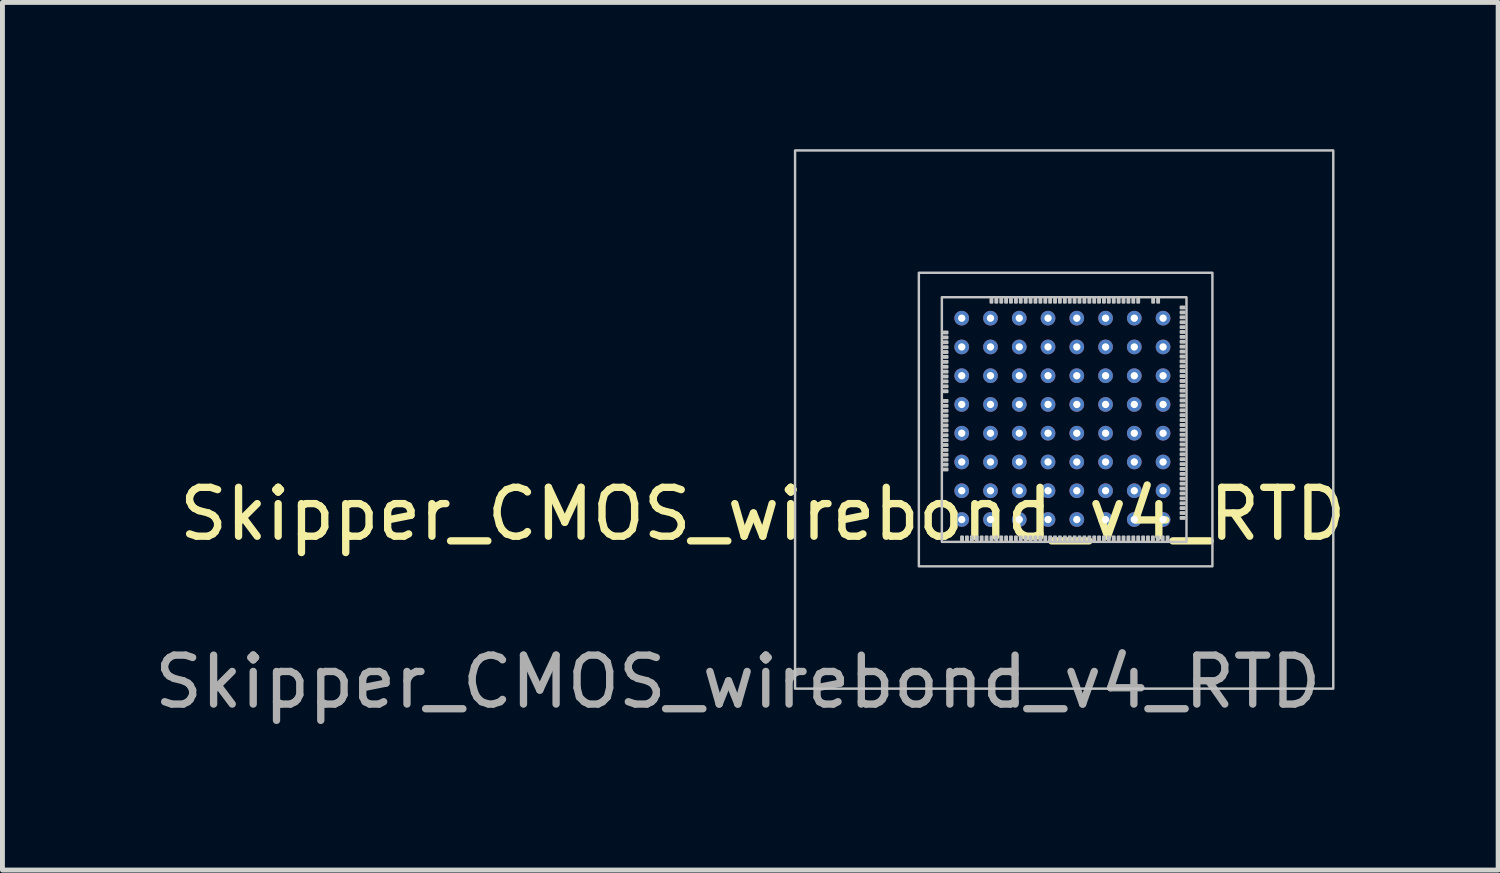
<source format=kicad_pcb>
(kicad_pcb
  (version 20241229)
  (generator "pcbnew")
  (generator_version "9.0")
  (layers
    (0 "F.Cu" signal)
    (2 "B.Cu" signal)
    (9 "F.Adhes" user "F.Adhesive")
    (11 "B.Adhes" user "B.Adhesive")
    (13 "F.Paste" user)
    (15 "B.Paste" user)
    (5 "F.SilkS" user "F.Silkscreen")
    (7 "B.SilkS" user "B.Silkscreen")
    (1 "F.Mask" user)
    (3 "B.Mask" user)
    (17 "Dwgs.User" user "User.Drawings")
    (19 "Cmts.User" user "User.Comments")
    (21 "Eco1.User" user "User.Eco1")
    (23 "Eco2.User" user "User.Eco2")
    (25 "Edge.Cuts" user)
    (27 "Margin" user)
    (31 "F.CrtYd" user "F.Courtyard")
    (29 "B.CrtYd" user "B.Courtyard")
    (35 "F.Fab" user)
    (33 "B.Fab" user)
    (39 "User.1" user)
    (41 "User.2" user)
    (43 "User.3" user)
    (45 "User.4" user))
  (footprint "Skipper_CMOS_wirebond_v4_RTD"
    (layer "F.Cu")
    (at 16.2 8.025)
    (property "Reference" "Skipper_CMOS_wirebond_v4_RTD" (at -3.66 -0.57 0) (unlocked yes) (layer "F.SilkS") (effects (font (size 1 1) (thickness 0.15))))
    (attr smd)
    (fp_rect (start -3 -8) (end 8 3) (stroke (width 0.05) (type solid)) (fill no) (layer "Dwgs.User"))
    (fp_rect (start -0.47 -5.5) (end 5.53 0.5) (stroke (width 0.05) (type solid)) (fill no) (layer "Dwgs.User"))
    (fp_rect (start 0 0) (end 5 -5) (stroke (width 0.05) (type solid)) (fill no) (layer "Dwgs.User"))
    (fp_rect (start 0.23 -1.55) (end 0.75 -4.19) (stroke (width 0.05) (type solid)) (fill no) (layer "User.1"))
    (fp_rect (start 0.5 -0.66) (end 4.55 -0.18) (stroke (width 0.05) (type solid)) (fill no) (layer "User.1"))
    (fp_rect (start 1.105 -4.8) (end 3.935 -4.28) (stroke (width 0.05) (type solid)) (fill no) (layer "User.1"))
    (fp_rect (start 4.33 -0.79) (end 4.76 -4.69) (stroke (width 0.05) (type solid)) (fill no) (layer "User.1"))
    (fp_text user "${REFERENCE}" (at -4.17 2.86 0) (unlocked yes) (layer "F.Fab") (effects (font (size 1 1) (thickness 0.15))))
    (fp_text user "TOP pixel Supplies-REFs" (at 2.51 -4.53 180) (unlocked yes) (layer "User.1") (effects (font (size 0.14 0.14) (thickness 0.02))))
    (fp_text user "Test Structures" (at 4.55 -2.75 90) (unlocked yes) (layer "User.1") (effects (font (size 0.27 0.27) (thickness 0.04))))
    (fp_text user "Matrix Ctrl Logic" (at 0.48 -2.88 270) (unlocked yes) (layer "User.1") (effects (font (size 0.2 0.2) (thickness 0.035))))
    (fp_text user "Analog Front-End" (at 2.53 -0.41 0) (unlocked yes) (layer "User.1") (effects (font (size 0.27 0.27) (thickness 0.04))))
    (pad "" smd roundrect (at 0.076 -4.279 180) (size 0.12 0.08) (layers "Dwgs.User") (roundrect_rratio 0.25))
    (pad "" smd roundrect (at 0.076 -4.179 180) (size 0.12 0.08) (layers "Dwgs.User") (roundrect_rratio 0.25))
    (pad "" smd roundrect (at 0.076 -4.08 180) (size 0.12 0.08) (layers "Dwgs.User") (roundrect_rratio 0.25))
    (pad "" smd roundrect (at 0.076 -3.979 180) (size 0.12 0.08) (layers "Dwgs.User") (roundrect_rratio 0.25))
    (pad "" smd roundrect (at 0.076 -3.88 180) (size 0.12 0.08) (layers "Dwgs.User") (roundrect_rratio 0.25))
    (pad "" smd roundrect (at 0.076 -3.78 180) (size 0.12 0.08) (layers "Dwgs.User") (roundrect_rratio 0.25))
    (pad "" smd roundrect (at 0.076 -3.679 180) (size 0.12 0.08) (layers "Dwgs.User") (roundrect_rratio 0.25))
    (pad "" smd roundrect (at 0.076 -3.579 180) (size 0.12 0.08) (layers "Dwgs.User") (roundrect_rratio 0.25))
    (pad "" smd roundrect (at 0.076 -3.479 180) (size 0.12 0.08) (layers "Dwgs.User") (roundrect_rratio 0.25))
    (pad "" smd roundrect (at 0.076 -3.38 180) (size 0.12 0.08) (layers "Dwgs.User") (roundrect_rratio 0.25))
    (pad "" smd roundrect (at 0.076 -3.28 180) (size 0.12 0.08) (layers "Dwgs.User") (roundrect_rratio 0.25))
    (pad "" smd roundrect (at 0.076 -3.179 180) (size 0.12 0.08) (layers "Dwgs.User") (roundrect_rratio 0.25))
    (pad "" smd roundrect (at 0.076 -3.079 180) (size 0.12 0.08) (layers "Dwgs.User") (roundrect_rratio 0.25))
    (pad "" smd roundrect (at 0.076 -2.88 180) (size 0.12 0.08) (layers "Dwgs.User") (roundrect_rratio 0.25))
    (pad "" smd roundrect (at 0.076 -2.78 180) (size 0.12 0.08) (layers "Dwgs.User") (roundrect_rratio 0.25))
    (pad "" smd roundrect (at 0.076 -2.679 180) (size 0.12 0.08) (layers "Dwgs.User") (roundrect_rratio 0.25))
    (pad "" smd roundrect (at 0.076 -2.579 180) (size 0.12 0.08) (layers "Dwgs.User") (roundrect_rratio 0.25))
    (pad "" smd roundrect (at 0.076 -2.479 180) (size 0.12 0.08) (layers "Dwgs.User") (roundrect_rratio 0.25))
    (pad "" smd roundrect (at 0.076 -2.38 180) (size 0.12 0.08) (layers "Dwgs.User") (roundrect_rratio 0.25))
    (pad "" smd roundrect (at 0.076 -2.28 180) (size 0.12 0.08) (layers "Dwgs.User") (roundrect_rratio 0.25))
    (pad "" smd roundrect (at 0.076 -2.179 180) (size 0.12 0.08) (layers "Dwgs.User") (roundrect_rratio 0.25))
    (pad "" smd roundrect (at 0.076 -2.079 180) (size 0.12 0.08) (layers "Dwgs.User") (roundrect_rratio 0.25))
    (pad "" smd roundrect (at 0.076 -1.98 180) (size 0.12 0.08) (layers "Dwgs.User") (roundrect_rratio 0.25))
    (pad "" smd roundrect (at 0.076 -1.879 180) (size 0.12 0.08) (layers "Dwgs.User") (roundrect_rratio 0.25))
    (pad "" smd roundrect (at 0.076 -1.78 180) (size 0.12 0.08) (layers "Dwgs.User") (roundrect_rratio 0.25))
    (pad "" smd roundrect (at 0.076 -1.679 180) (size 0.12 0.08) (layers "Dwgs.User") (roundrect_rratio 0.25))
    (pad "" smd roundrect (at 0.076 -1.579 180) (size 0.12 0.08) (layers "Dwgs.User") (roundrect_rratio 0.25))
    (pad "" smd roundrect (at 0.076 -1.48 180) (size 0.12 0.08) (layers "Dwgs.User") (roundrect_rratio 0.25))
    (pad "" smd roundrect (at 0.413 -0.071 90) (size 0.12 0.08) (layers "Dwgs.User") (roundrect_rratio 0.25))
    (pad "" smd roundrect (at 0.513 -0.071 90) (size 0.12 0.08) (layers "Dwgs.User") (roundrect_rratio 0.25))
    (pad "" smd roundrect (at 0.614 -0.071 90) (size 0.12 0.08) (layers "Dwgs.User") (roundrect_rratio 0.25))
    (pad "" smd roundrect (at 0.714 -0.071 90) (size 0.12 0.08) (layers "Dwgs.User") (roundrect_rratio 0.25))
    (pad "" smd roundrect (at 0.814 -0.071 90) (size 0.12 0.08) (layers "Dwgs.User") (roundrect_rratio 0.25))
    (pad "" smd roundrect (at 0.913 -0.071 90) (size 0.12 0.08) (layers "Dwgs.User") (roundrect_rratio 0.25))
    (pad "" smd roundrect (at 1.014 -4.928 90) (size 0.12 0.08) (layers "Dwgs.User") (roundrect_rratio 0.25))
    (pad "" smd roundrect (at 1.014 -0.071 90) (size 0.12 0.08) (layers "Dwgs.User") (roundrect_rratio 0.25))
    (pad "" smd roundrect (at 1.113 -4.928 90) (size 0.12 0.08) (layers "Dwgs.User") (roundrect_rratio 0.25))
    (pad "" smd roundrect (at 1.113 -0.071 90) (size 0.12 0.08) (layers "Dwgs.User") (roundrect_rratio 0.25))
    (pad "" smd roundrect (at 1.214 -4.928 90) (size 0.12 0.08) (layers "Dwgs.User") (roundrect_rratio 0.25))
    (pad "" smd roundrect (at 1.214 -0.071 90) (size 0.12 0.08) (layers "Dwgs.User") (roundrect_rratio 0.25))
    (pad "" smd roundrect (at 1.313 -4.928 90) (size 0.12 0.08) (layers "Dwgs.User") (roundrect_rratio 0.25))
    (pad "" smd roundrect (at 1.313 -0.071 90) (size 0.12 0.08) (layers "Dwgs.User") (roundrect_rratio 0.25))
    (pad "" smd roundrect (at 1.413 -4.928 90) (size 0.12 0.08) (layers "Dwgs.User") (roundrect_rratio 0.25))
    (pad "" smd roundrect (at 1.413 -0.071 90) (size 0.12 0.08) (layers "Dwgs.User") (roundrect_rratio 0.25))
    (pad "" smd roundrect (at 1.514 -4.928 90) (size 0.12 0.08) (layers "Dwgs.User") (roundrect_rratio 0.25))
    (pad "" smd roundrect (at 1.514 -0.071 90) (size 0.12 0.08) (layers "Dwgs.User") (roundrect_rratio 0.25))
    (pad "" smd roundrect (at 1.613 -4.928 90) (size 0.12 0.08) (layers "Dwgs.User") (roundrect_rratio 0.25))
    (pad "" smd roundrect (at 1.613 -0.071 90) (size 0.12 0.08) (layers "Dwgs.User") (roundrect_rratio 0.25))
    (pad "" smd roundrect (at 1.714 -4.928 90) (size 0.12 0.08) (layers "Dwgs.User") (roundrect_rratio 0.25))
    (pad "" smd roundrect (at 1.714 -0.071 90) (size 0.12 0.08) (layers "Dwgs.User") (roundrect_rratio 0.25))
    (pad "" smd roundrect (at 1.813 -4.928 90) (size 0.12 0.08) (layers "Dwgs.User") (roundrect_rratio 0.25))
    (pad "" smd roundrect (at 1.813 -0.071 90) (size 0.12 0.08) (layers "Dwgs.User") (roundrect_rratio 0.25))
    (pad "" smd roundrect (at 1.913 -4.928 90) (size 0.12 0.08) (layers "Dwgs.User") (roundrect_rratio 0.25))
    (pad "" smd roundrect (at 1.913 -0.071 90) (size 0.12 0.08) (layers "Dwgs.User") (roundrect_rratio 0.25))
    (pad "" smd roundrect (at 2.014 -4.928 90) (size 0.12 0.08) (layers "Dwgs.User") (roundrect_rratio 0.25))
    (pad "" smd roundrect (at 2.014 -0.071 90) (size 0.12 0.08) (layers "Dwgs.User") (roundrect_rratio 0.25))
    (pad "" smd roundrect (at 2.114 -4.928 90) (size 0.12 0.08) (layers "Dwgs.User") (roundrect_rratio 0.25))
    (pad "" smd roundrect (at 2.114 -0.071 90) (size 0.12 0.08) (layers "Dwgs.User") (roundrect_rratio 0.25))
    (pad "" smd roundrect (at 2.213 -4.928 90) (size 0.12 0.08) (layers "Dwgs.User") (roundrect_rratio 0.25))
    (pad "" smd roundrect (at 2.213 -0.071 90) (size 0.12 0.08) (layers "Dwgs.User") (roundrect_rratio 0.25))
    (pad "" smd roundrect (at 2.313 -4.928 90) (size 0.12 0.08) (layers "Dwgs.User") (roundrect_rratio 0.25))
    (pad "" smd roundrect (at 2.313 -0.071 90) (size 0.12 0.08) (layers "Dwgs.User") (roundrect_rratio 0.25))
    (pad "" smd roundrect (at 2.413 -4.928 90) (size 0.12 0.08) (layers "Dwgs.User") (roundrect_rratio 0.25))
    (pad "" smd roundrect (at 2.413 -0.071 90) (size 0.12 0.08) (layers "Dwgs.User") (roundrect_rratio 0.25))
    (pad "" smd roundrect (at 2.514 -4.928 90) (size 0.12 0.08) (layers "Dwgs.User") (roundrect_rratio 0.25))
    (pad "" smd roundrect (at 2.514 -0.071 90) (size 0.12 0.08) (layers "Dwgs.User") (roundrect_rratio 0.25))
    (pad "" smd roundrect (at 2.614 -4.928 90) (size 0.12 0.08) (layers "Dwgs.User") (roundrect_rratio 0.25))
    (pad "" smd roundrect (at 2.614 -0.071 90) (size 0.12 0.08) (layers "Dwgs.User") (roundrect_rratio 0.25))
    (pad "" smd roundrect (at 2.713 -4.928 90) (size 0.12 0.08) (layers "Dwgs.User") (roundrect_rratio 0.25))
    (pad "" smd roundrect (at 2.713 -0.071 90) (size 0.12 0.08) (layers "Dwgs.User") (roundrect_rratio 0.25))
    (pad "" smd roundrect (at 2.813 -4.928 90) (size 0.12 0.08) (layers "Dwgs.User") (roundrect_rratio 0.25))
    (pad "" smd roundrect (at 2.813 -0.071 90) (size 0.12 0.08) (layers "Dwgs.User") (roundrect_rratio 0.25))
    (pad "" smd roundrect (at 2.913 -4.928 90) (size 0.12 0.08) (layers "Dwgs.User") (roundrect_rratio 0.25))
    (pad "" smd roundrect (at 2.913 -0.071 90) (size 0.12 0.08) (layers "Dwgs.User") (roundrect_rratio 0.25))
    (pad "" smd roundrect (at 3.014 -4.928 90) (size 0.12 0.08) (layers "Dwgs.User") (roundrect_rratio 0.25))
    (pad "" smd roundrect (at 3.014 -0.071 90) (size 0.12 0.08) (layers "Dwgs.User") (roundrect_rratio 0.25))
    (pad "" smd roundrect (at 3.114 -4.928 90) (size 0.12 0.08) (layers "Dwgs.User") (roundrect_rratio 0.25))
    (pad "" smd roundrect (at 3.114 -0.071 90) (size 0.12 0.08) (layers "Dwgs.User") (roundrect_rratio 0.25))
    (pad "" smd roundrect (at 3.213 -4.928 90) (size 0.12 0.08) (layers "Dwgs.User") (roundrect_rratio 0.25))
    (pad "" smd roundrect (at 3.213 -0.071 90) (size 0.12 0.08) (layers "Dwgs.User") (roundrect_rratio 0.25))
    (pad "" smd roundrect (at 3.313 -4.928 90) (size 0.12 0.08) (layers "Dwgs.User") (roundrect_rratio 0.25))
    (pad "" smd roundrect (at 3.313 -0.071 90) (size 0.12 0.08) (layers "Dwgs.User") (roundrect_rratio 0.25))
    (pad "" smd roundrect (at 3.413 -4.928 90) (size 0.12 0.08) (layers "Dwgs.User") (roundrect_rratio 0.25))
    (pad "" smd roundrect (at 3.413 -0.071 90) (size 0.12 0.08) (layers "Dwgs.User") (roundrect_rratio 0.25))
    (pad "" smd roundrect (at 3.514 -4.928 90) (size 0.12 0.08) (layers "Dwgs.User") (roundrect_rratio 0.25))
    (pad "" smd roundrect (at 3.514 -0.071 90) (size 0.12 0.08) (layers "Dwgs.User") (roundrect_rratio 0.25))
    (pad "" smd roundrect (at 3.614 -4.928 90) (size 0.12 0.08) (layers "Dwgs.User") (roundrect_rratio 0.25))
    (pad "" smd roundrect (at 3.614 -0.071 90) (size 0.12 0.08) (layers "Dwgs.User") (roundrect_rratio 0.25))
    (pad "" smd roundrect (at 3.713 -4.928 90) (size 0.12 0.08) (layers "Dwgs.User") (roundrect_rratio 0.25))
    (pad "" smd roundrect (at 3.713 -0.071 90) (size 0.12 0.08) (layers "Dwgs.User") (roundrect_rratio 0.25))
    (pad "" smd roundrect (at 3.813 -4.928 90) (size 0.12 0.08) (layers "Dwgs.User") (roundrect_rratio 0.25))
    (pad "" smd roundrect (at 3.813 -0.071 90) (size 0.12 0.08) (layers "Dwgs.User") (roundrect_rratio 0.25))
    (pad "" smd roundrect (at 3.913 -4.928 90) (size 0.12 0.08) (layers "Dwgs.User") (roundrect_rratio 0.25))
    (pad "" smd roundrect (at 3.913 -0.071 90) (size 0.12 0.08) (layers "Dwgs.User") (roundrect_rratio 0.25))
    (pad "" smd roundrect (at 4.013 -4.928 90) (size 0.12 0.08) (layers "Dwgs.User") (roundrect_rratio 0.25))
    (pad "" smd roundrect (at 4.013 -0.071 90) (size 0.12 0.08) (layers "Dwgs.User") (roundrect_rratio 0.25))
    (pad "" smd roundrect (at 4.114 -0.071 90) (size 0.12 0.08) (layers "Dwgs.User") (roundrect_rratio 0.25))
    (pad "" smd roundrect (at 4.213 -0.071 90) (size 0.12 0.08) (layers "Dwgs.User") (roundrect_rratio 0.25))
    (pad "" smd roundrect (at 4.314 -0.071 90) (size 0.12 0.08) (layers "Dwgs.User") (roundrect_rratio 0.25))
    (pad "" smd roundrect (at 4.319 -4.928 90) (size 0.12 0.08) (layers "Dwgs.User") (roundrect_rratio 0.25))
    (pad "" smd roundrect (at 4.413 -0.071 90) (size 0.12 0.08) (layers "Dwgs.User") (roundrect_rratio 0.25))
    (pad "" smd roundrect (at 4.42 -4.928 90) (size 0.12 0.08) (layers "Dwgs.User") (roundrect_rratio 0.25))
    (pad "" smd roundrect (at 4.513 -0.071 90) (size 0.12 0.08) (layers "Dwgs.User") (roundrect_rratio 0.25))
    (pad "" smd roundrect (at 4.614 -0.071 90) (size 0.12 0.08) (layers "Dwgs.User") (roundrect_rratio 0.25))
    (pad "" smd roundrect (at 4.92 -4.79 180) (size 0.12 0.08) (layers "Dwgs.User") (roundrect_rratio 0.25))
    (pad "" smd roundrect (at 4.92 -4.689 180) (size 0.12 0.08) (layers "Dwgs.User") (roundrect_rratio 0.25))
    (pad "" smd roundrect (at 4.92 -4.59 180) (size 0.12 0.08) (layers "Dwgs.User") (roundrect_rratio 0.25))
    (pad "" smd roundrect (at 4.92 -4.489 180) (size 0.12 0.08) (layers "Dwgs.User") (roundrect_rratio 0.25))
    (pad "" smd roundrect (at 4.92 -4.389 180) (size 0.12 0.08) (layers "Dwgs.User") (roundrect_rratio 0.25))
    (pad "" smd roundrect (at 4.92 -4.29 180) (size 0.12 0.08) (layers "Dwgs.User") (roundrect_rratio 0.25))
    (pad "" smd roundrect (at 4.92 -4.189 180) (size 0.12 0.08) (layers "Dwgs.User") (roundrect_rratio 0.25))
    (pad "" smd roundrect (at 4.92 -4.09 180) (size 0.12 0.08) (layers "Dwgs.User") (roundrect_rratio 0.25))
    (pad "" smd roundrect (at 4.92 -3.99 180) (size 0.12 0.08) (layers "Dwgs.User") (roundrect_rratio 0.25))
    (pad "" smd roundrect (at 4.92 -3.889 180) (size 0.12 0.08) (layers "Dwgs.User") (roundrect_rratio 0.25))
    (pad "" smd roundrect (at 4.92 -3.789 180) (size 0.12 0.08) (layers "Dwgs.User") (roundrect_rratio 0.25))
    (pad "" smd roundrect (at 4.92 -3.689 180) (size 0.12 0.08) (layers "Dwgs.User") (roundrect_rratio 0.25))
    (pad "" smd roundrect (at 4.92 -3.59 180) (size 0.12 0.08) (layers "Dwgs.User") (roundrect_rratio 0.25))
    (pad "" smd roundrect (at 4.92 -3.49 180) (size 0.12 0.08) (layers "Dwgs.User") (roundrect_rratio 0.25))
    (pad "" smd roundrect (at 4.92 -3.389 180) (size 0.12 0.08) (layers "Dwgs.User") (roundrect_rratio 0.25))
    (pad "" smd roundrect (at 4.92 -3.289 180) (size 0.12 0.08) (layers "Dwgs.User") (roundrect_rratio 0.25))
    (pad "" smd roundrect (at 4.92 -3.189 180) (size 0.12 0.08) (layers "Dwgs.User") (roundrect_rratio 0.25))
    (pad "" smd roundrect (at 4.92 -3.09 180) (size 0.12 0.08) (layers "Dwgs.User") (roundrect_rratio 0.25))
    (pad "" smd roundrect (at 4.92 -2.99 180) (size 0.12 0.08) (layers "Dwgs.User") (roundrect_rratio 0.25))
    (pad "" smd roundrect (at 4.92 -2.889 180) (size 0.12 0.08) (layers "Dwgs.User") (roundrect_rratio 0.25))
    (pad "" smd roundrect (at 4.92 -2.789 180) (size 0.12 0.08) (layers "Dwgs.User") (roundrect_rratio 0.25))
    (pad "" smd roundrect (at 4.92 -2.689 180) (size 0.12 0.08) (layers "Dwgs.User") (roundrect_rratio 0.25))
    (pad "" smd roundrect (at 4.92 -2.59 180) (size 0.12 0.08) (layers "Dwgs.User") (roundrect_rratio 0.25))
    (pad "" smd roundrect (at 4.92 -2.49 180) (size 0.12 0.08) (layers "Dwgs.User") (roundrect_rratio 0.25))
    (pad "" smd roundrect (at 4.92 -2.389 180) (size 0.12 0.08) (layers "Dwgs.User") (roundrect_rratio 0.25))
    (pad "" smd roundrect (at 4.92 -2.289 180) (size 0.12 0.08) (layers "Dwgs.User") (roundrect_rratio 0.25))
    (pad "" smd roundrect (at 4.92 -2.189 180) (size 0.12 0.08) (layers "Dwgs.User") (roundrect_rratio 0.25))
    (pad "" smd roundrect (at 4.92 -2.09 180) (size 0.12 0.08) (layers "Dwgs.User") (roundrect_rratio 0.25))
    (pad "" smd roundrect (at 4.92 -1.99 180) (size 0.12 0.08) (layers "Dwgs.User") (roundrect_rratio 0.25))
    (pad "" smd roundrect (at 4.92 -1.889 180) (size 0.12 0.08) (layers "Dwgs.User") (roundrect_rratio 0.25))
    (pad "" smd roundrect (at 4.92 -1.79 180) (size 0.12 0.08) (layers "Dwgs.User") (roundrect_rratio 0.25))
    (pad "" smd roundrect (at 4.92 -1.69 180) (size 0.12 0.08) (layers "Dwgs.User") (roundrect_rratio 0.25))
    (pad "" smd roundrect (at 4.92 -1.589 180) (size 0.12 0.08) (layers "Dwgs.User") (roundrect_rratio 0.25))
    (pad "" smd roundrect (at 4.92 -1.49 180) (size 0.12 0.08) (layers "Dwgs.User") (roundrect_rratio 0.25))
    (pad "" smd roundrect (at 4.92 -1.389 180) (size 0.12 0.08) (layers "Dwgs.User") (roundrect_rratio 0.25))
    (pad "" smd roundrect (at 4.92 -1.29 180) (size 0.12 0.08) (layers "Dwgs.User") (roundrect_rratio 0.25))
    (pad "" smd roundrect (at 4.92 -1.19 180) (size 0.12 0.08) (layers "Dwgs.User") (roundrect_rratio 0.25))
    (pad "" smd roundrect (at 4.92 -1.089 180) (size 0.12 0.08) (layers "Dwgs.User") (roundrect_rratio 0.25))
    (pad "" smd roundrect (at 4.92 -0.99 180) (size 0.12 0.08) (layers "Dwgs.User") (roundrect_rratio 0.25))
    (pad "" smd roundrect (at 4.92 -0.889 180) (size 0.12 0.08) (layers "Dwgs.User") (roundrect_rratio 0.25))
    (pad "" smd roundrect (at 4.92 -0.789 180) (size 0.12 0.08) (layers "Dwgs.User") (roundrect_rratio 0.25))
    (pad "" smd roundrect (at 4.92 -0.69 180) (size 0.12 0.08) (layers "Dwgs.User") (roundrect_rratio 0.25))
    (pad "" smd roundrect (at 4.92 -0.59 180) (size 0.12 0.08) (layers "Dwgs.User") (roundrect_rratio 0.25))
    (pad "" smd roundrect (at 4.92 -0.489 180) (size 0.12 0.08) (layers "Dwgs.User") (roundrect_rratio 0.25))
    (pad "1" thru_hole circle (at 0.406 -4.572) (size 0.3 0.3) (drill 0.15) (layers "*.Cu" "F.Mask"))
    (pad "1" thru_hole circle (at 0.406 -3.984) (size 0.3 0.3) (drill 0.15) (layers "*.Cu" "F.Mask"))
    (pad "1" thru_hole circle (at 0.406 -3.396) (size 0.3 0.3) (drill 0.15) (layers "*.Cu" "F.Mask"))
    (pad "1" thru_hole circle (at 0.406 -2.809) (size 0.3 0.3) (drill 0.15) (layers "*.Cu" "F.Mask"))
    (pad "1" thru_hole circle (at 0.406 -2.221) (size 0.3 0.3) (drill 0.15) (layers "*.Cu" "F.Mask"))
    (pad "1" thru_hole circle (at 0.406 -1.633) (size 0.3 0.3) (drill 0.15) (layers "*.Cu" "F.Mask"))
    (pad "1" thru_hole circle (at 0.406 -1.045) (size 0.3 0.3) (drill 0.15) (layers "*.Cu" "F.Mask"))
    (pad "1" thru_hole circle (at 0.406 -0.457) (size 0.3 0.3) (drill 0.15) (layers "*.Cu" "F.Mask"))
    (pad "1" thru_hole circle (at 0.994 -4.572) (size 0.3 0.3) (drill 0.15) (layers "*.Cu" "F.Mask"))
    (pad "1" thru_hole circle (at 0.994 -3.984) (size 0.3 0.3) (drill 0.15) (layers "*.Cu" "F.Mask"))
    (pad "1" thru_hole circle (at 0.994 -3.396) (size 0.3 0.3) (drill 0.15) (layers "*.Cu" "F.Mask"))
    (pad "1" thru_hole circle (at 0.994 -2.809) (size 0.3 0.3) (drill 0.15) (layers "*.Cu" "F.Mask"))
    (pad "1" thru_hole circle (at 0.994 -2.221) (size 0.3 0.3) (drill 0.15) (layers "*.Cu" "F.Mask"))
    (pad "1" thru_hole circle (at 0.994 -1.633) (size 0.3 0.3) (drill 0.15) (layers "*.Cu" "F.Mask"))
    (pad "1" thru_hole circle (at 0.994 -1.045) (size 0.3 0.3) (drill 0.15) (layers "*.Cu" "F.Mask"))
    (pad "1" thru_hole circle (at 0.994 -0.457) (size 0.3 0.3) (drill 0.15) (layers "*.Cu" "F.Mask"))
    (pad "1" thru_hole circle (at 1.582 -4.572) (size 0.3 0.3) (drill 0.15) (layers "*.Cu" "F.Mask"))
    (pad "1" thru_hole circle (at 1.582 -3.984) (size 0.3 0.3) (drill 0.15) (layers "*.Cu" "F.Mask"))
    (pad "1" thru_hole circle (at 1.582 -3.396) (size 0.3 0.3) (drill 0.15) (layers "*.Cu" "F.Mask"))
    (pad "1" thru_hole circle (at 1.582 -2.809) (size 0.3 0.3) (drill 0.15) (layers "*.Cu" "F.Mask"))
    (pad "1" thru_hole circle (at 1.582 -2.221) (size 0.3 0.3) (drill 0.15) (layers "*.Cu" "F.Mask"))
    (pad "1" thru_hole circle (at 1.582 -1.633) (size 0.3 0.3) (drill 0.15) (layers "*.Cu" "F.Mask"))
    (pad "1" thru_hole circle (at 1.582 -1.045) (size 0.3 0.3) (drill 0.15) (layers "*.Cu" "F.Mask"))
    (pad "1" thru_hole circle (at 1.582 -0.457) (size 0.3 0.3) (drill 0.15) (layers "*.Cu" "F.Mask"))
    (pad "1" thru_hole circle (at 2.17 -4.572) (size 0.3 0.3) (drill 0.15) (layers "*.Cu" "F.Mask"))
    (pad "1" thru_hole circle (at 2.17 -3.984) (size 0.3 0.3) (drill 0.15) (layers "*.Cu" "F.Mask"))
    (pad "1" thru_hole circle (at 2.17 -3.396) (size 0.3 0.3) (drill 0.15) (layers "*.Cu" "F.Mask"))
    (pad "1" thru_hole circle (at 2.17 -2.809) (size 0.3 0.3) (drill 0.15) (layers "*.Cu" "F.Mask"))
    (pad "1" thru_hole circle (at 2.17 -2.221) (size 0.3 0.3) (drill 0.15) (layers "*.Cu" "F.Mask"))
    (pad "1" thru_hole circle (at 2.17 -1.633) (size 0.3 0.3) (drill 0.15) (layers "*.Cu" "F.Mask"))
    (pad "1" thru_hole circle (at 2.17 -1.045) (size 0.3 0.3) (drill 0.15) (layers "*.Cu" "F.Mask"))
    (pad "1" thru_hole circle (at 2.17 -0.457) (size 0.3 0.3) (drill 0.15) (layers "*.Cu" "F.Mask"))
    (pad "1" thru_hole circle (at 2.758 -4.572) (size 0.3 0.3) (drill 0.15) (layers "*.Cu" "F.Mask"))
    (pad "1" thru_hole circle (at 2.758 -3.984) (size 0.3 0.3) (drill 0.15) (layers "*.Cu" "F.Mask"))
    (pad "1" thru_hole circle (at 2.758 -3.396) (size 0.3 0.3) (drill 0.15) (layers "*.Cu" "F.Mask"))
    (pad "1" thru_hole circle (at 2.758 -2.809) (size 0.3 0.3) (drill 0.15) (layers "*.Cu" "F.Mask"))
    (pad "1" thru_hole circle (at 2.758 -2.221) (size 0.3 0.3) (drill 0.15) (layers "*.Cu" "F.Mask"))
    (pad "1" thru_hole circle (at 2.758 -1.633) (size 0.3 0.3) (drill 0.15) (layers "*.Cu" "F.Mask"))
    (pad "1" thru_hole circle (at 2.758 -1.045) (size 0.3 0.3) (drill 0.15) (layers "*.Cu" "F.Mask"))
    (pad "1" thru_hole circle (at 2.758 -0.457) (size 0.3 0.3) (drill 0.15) (layers "*.Cu" "F.Mask"))
    (pad "1" thru_hole circle (at 3.346 -4.572) (size 0.3 0.3) (drill 0.15) (layers "*.Cu" "F.Mask"))
    (pad "1" thru_hole circle (at 3.346 -3.984) (size 0.3 0.3) (drill 0.15) (layers "*.Cu" "F.Mask"))
    (pad "1" thru_hole circle (at 3.346 -3.396) (size 0.3 0.3) (drill 0.15) (layers "*.Cu" "F.Mask"))
    (pad "1" thru_hole circle (at 3.346 -2.809) (size 0.3 0.3) (drill 0.15) (layers "*.Cu" "F.Mask"))
    (pad "1" thru_hole circle (at 3.346 -2.221) (size 0.3 0.3) (drill 0.15) (layers "*.Cu" "F.Mask"))
    (pad "1" thru_hole circle (at 3.346 -1.633) (size 0.3 0.3) (drill 0.15) (layers "*.Cu" "F.Mask"))
    (pad "1" thru_hole circle (at 3.346 -1.045) (size 0.3 0.3) (drill 0.15) (layers "*.Cu" "F.Mask"))
    (pad "1" thru_hole circle (at 3.346 -0.457) (size 0.3 0.3) (drill 0.15) (layers "*.Cu" "F.Mask"))
    (pad "1" thru_hole circle (at 3.933 -4.572) (size 0.3 0.3) (drill 0.15) (layers "*.Cu" "F.Mask"))
    (pad "1" thru_hole circle (at 3.933 -3.984) (size 0.3 0.3) (drill 0.15) (layers "*.Cu" "F.Mask"))
    (pad "1" thru_hole circle (at 3.933 -3.396) (size 0.3 0.3) (drill 0.15) (layers "*.Cu" "F.Mask"))
    (pad "1" thru_hole circle (at 3.933 -2.809) (size 0.3 0.3) (drill 0.15) (layers "*.Cu" "F.Mask"))
    (pad "1" thru_hole circle (at 3.933 -2.221) (size 0.3 0.3) (drill 0.15) (layers "*.Cu" "F.Mask"))
    (pad "1" thru_hole circle (at 3.933 -1.633) (size 0.3 0.3) (drill 0.15) (layers "*.Cu" "F.Mask"))
    (pad "1" thru_hole circle (at 3.933 -1.045) (size 0.3 0.3) (drill 0.15) (layers "*.Cu" "F.Mask"))
    (pad "1" thru_hole circle (at 3.933 -0.457) (size 0.3 0.3) (drill 0.15) (layers "*.Cu" "F.Mask"))
    (pad "1" thru_hole circle (at 4.521 -4.572) (size 0.3 0.3) (drill 0.15) (layers "*.Cu" "F.Mask"))
    (pad "1" thru_hole circle (at 4.521 -3.984) (size 0.3 0.3) (drill 0.15) (layers "*.Cu" "F.Mask"))
    (pad "1" thru_hole circle (at 4.521 -3.396) (size 0.3 0.3) (drill 0.15) (layers "*.Cu" "F.Mask"))
    (pad "1" thru_hole circle (at 4.521 -2.809) (size 0.3 0.3) (drill 0.15) (layers "*.Cu" "F.Mask"))
    (pad "1" thru_hole circle (at 4.521 -2.221) (size 0.3 0.3) (drill 0.15) (layers "*.Cu" "F.Mask"))
    (pad "1" thru_hole circle (at 4.521 -1.633) (size 0.3 0.3) (drill 0.15) (layers "*.Cu" "F.Mask"))
    (pad "1" thru_hole circle (at 4.521 -1.045) (size 0.3 0.3) (drill 0.15) (layers "*.Cu" "F.Mask"))
    (pad "1" thru_hole circle (at 4.521 -0.457) (size 0.3 0.3) (drill 0.15) (layers "*.Cu" "F.Mask")))
  (gr_rect
    (start -3 -3)
    (end 27.57 14.733)
    (stroke (width 0.1) (type default))
    (fill no)
    (layer "Edge.Cuts")))
</source>
